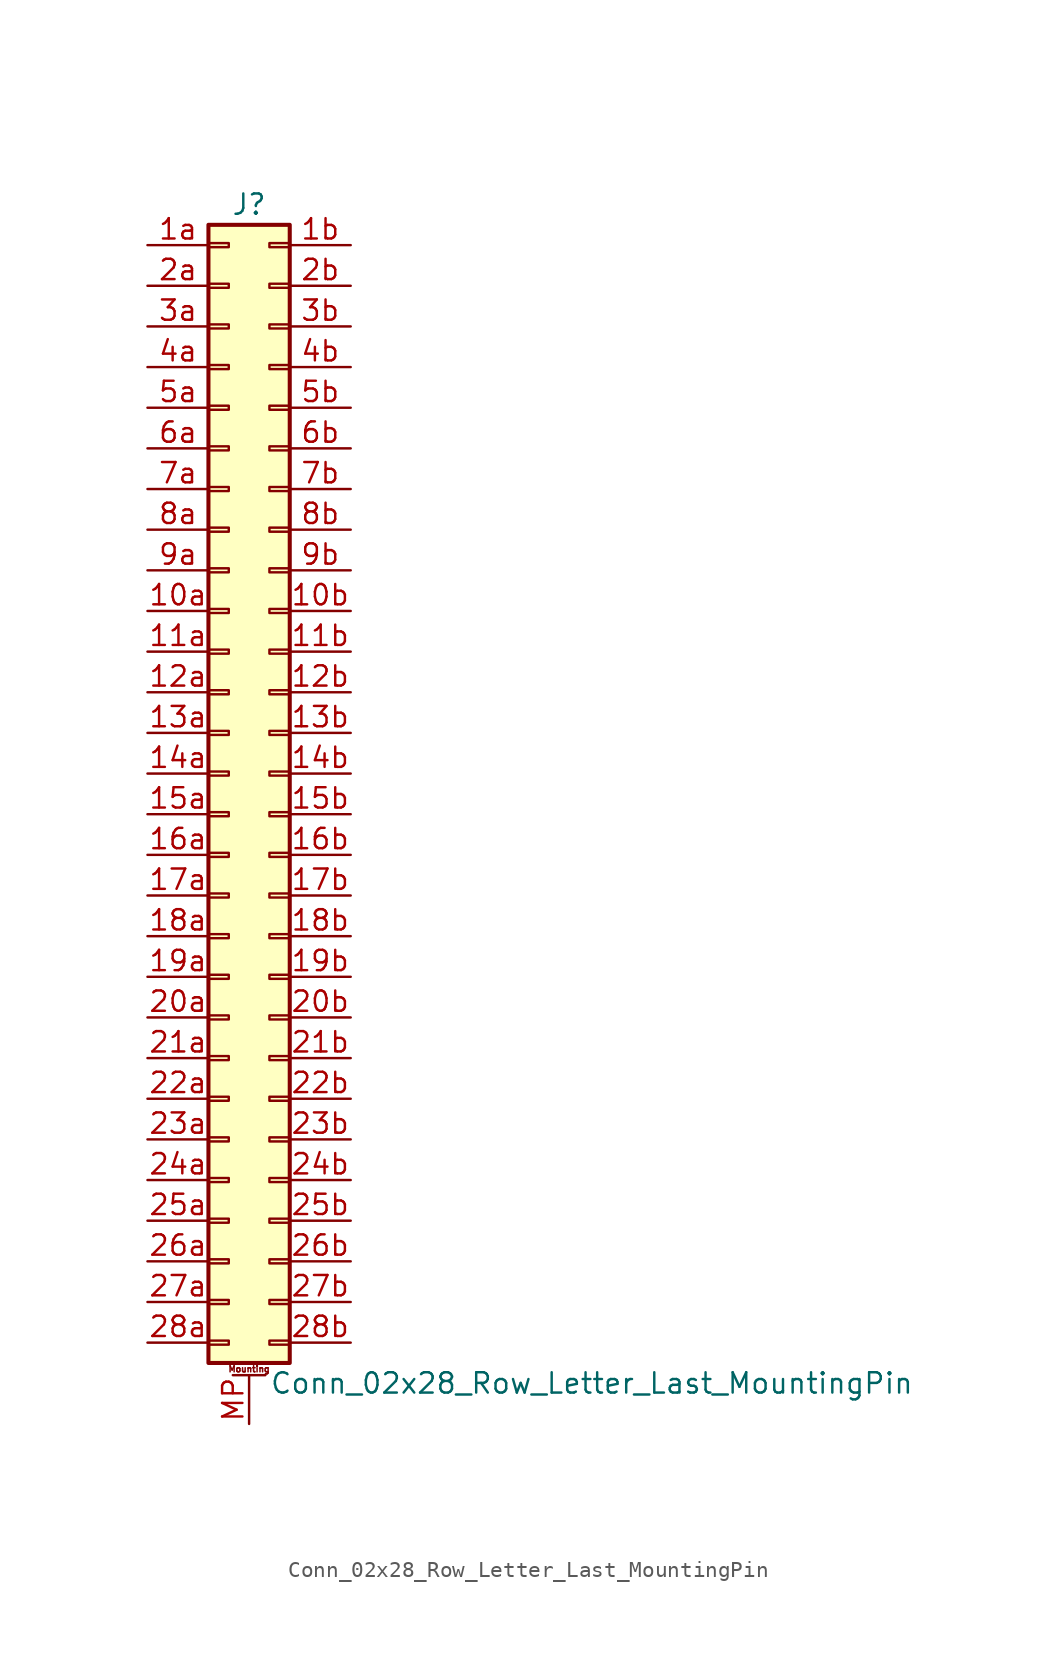
<source format=kicad_sym>
(kicad_symbol_lib
  (version 20201005)
  (generator kicad_symbol_editor)
  (symbol "Conn_02x28_Row_Letter_Last_MountingPin"
    (pin_names
      (offset 1.016) hide)
    (property "Reference" "J"
      (at 1.27 35.56 0)
      (effects (font (size 1.27 1.27))))
    (property "Value" "Conn_02x28_Row_Letter_Last_MountingPin"
      (at 2.54 -38.1 0)
      (effects (font (size 1.27 1.27)) (justify left)))
    (symbol "Conn_02x28_Row_Letter_Last_MountingPin_1_1"
      (text "Mounting" (at 1.27 -37.211 0) (effects (font (size 0.381 0.381))))
      (rectangle (start -1.27 -35.433) (end 0 -35.687) (stroke (width 0.152)) (fill (type none)))
      (rectangle (start -1.27 -32.893) (end 0 -33.147) (stroke (width 0.152)) (fill (type none)))
      (rectangle (start -1.27 -30.353) (end 0 -30.607) (stroke (width 0.152)) (fill (type none)))
      (rectangle (start -1.27 -27.813) (end 0 -28.067) (stroke (width 0.152)) (fill (type none)))
      (rectangle (start -1.27 -25.273) (end 0 -25.527) (stroke (width 0.152)) (fill (type none)))
      (rectangle (start -1.27 -22.733) (end 0 -22.987) (stroke (width 0.152)) (fill (type none)))
      (rectangle (start -1.27 -20.193) (end 0 -20.447) (stroke (width 0.152)) (fill (type none)))
      (rectangle (start -1.27 -17.653) (end 0 -17.907) (stroke (width 0.152)) (fill (type none)))
      (rectangle (start -1.27 -15.113) (end 0 -15.367) (stroke (width 0.152)) (fill (type none)))
      (rectangle (start -1.27 -12.573) (end 0 -12.827) (stroke (width 0.152)) (fill (type none)))
      (rectangle (start -1.27 -10.033) (end 0 -10.287) (stroke (width 0.152)) (fill (type none)))
      (rectangle (start -1.27 -7.493) (end 0 -7.747) (stroke (width 0.152)) (fill (type none)))
      (rectangle (start -1.27 -4.953) (end 0 -5.207) (stroke (width 0.152)) (fill (type none)))
      (rectangle (start -1.27 -2.413) (end 0 -2.667) (stroke (width 0.152)) (fill (type none)))
      (rectangle (start -1.27 0.127) (end 0 -0.127) (stroke (width 0.152)) (fill (type none)))
      (rectangle (start -1.27 2.667) (end 0 2.413) (stroke (width 0.152)) (fill (type none)))
      (rectangle (start -1.27 5.207) (end 0 4.953) (stroke (width 0.152)) (fill (type none)))
      (rectangle (start -1.27 7.747) (end 0 7.493) (stroke (width 0.152)) (fill (type none)))
      (rectangle (start -1.27 10.287) (end 0 10.033) (stroke (width 0.152)) (fill (type none)))
      (rectangle (start -1.27 12.827) (end 0 12.573) (stroke (width 0.152)) (fill (type none)))
      (rectangle (start -1.27 15.367) (end 0 15.113) (stroke (width 0.152)) (fill (type none)))
      (rectangle (start -1.27 17.907) (end 0 17.653) (stroke (width 0.152)) (fill (type none)))
      (rectangle (start -1.27 20.447) (end 0 20.193) (stroke (width 0.152)) (fill (type none)))
      (rectangle (start -1.27 22.987) (end 0 22.733) (stroke (width 0.152)) (fill (type none)))
      (rectangle (start -1.27 25.527) (end 0 25.273) (stroke (width 0.152)) (fill (type none)))
      (rectangle (start -1.27 28.067) (end 0 27.813) (stroke (width 0.152)) (fill (type none)))
      (rectangle (start -1.27 30.607) (end 0 30.353) (stroke (width 0.152)) (fill (type none)))
      (rectangle (start -1.27 33.147) (end 0 32.893) (stroke (width 0.152)) (fill (type none)))
      (rectangle (start -1.27 34.29) (end 3.81 -36.83) (stroke (width 0.254)) (fill (type background)))
      (rectangle (start 3.81 -35.433) (end 2.54 -35.687) (stroke (width 0.152)) (fill (type none)))
      (rectangle (start 3.81 -32.893) (end 2.54 -33.147) (stroke (width 0.152)) (fill (type none)))
      (rectangle (start 3.81 -30.353) (end 2.54 -30.607) (stroke (width 0.152)) (fill (type none)))
      (rectangle (start 3.81 -27.813) (end 2.54 -28.067) (stroke (width 0.152)) (fill (type none)))
      (rectangle (start 3.81 -25.273) (end 2.54 -25.527) (stroke (width 0.152)) (fill (type none)))
      (rectangle (start 3.81 -22.733) (end 2.54 -22.987) (stroke (width 0.152)) (fill (type none)))
      (rectangle (start 3.81 -20.193) (end 2.54 -20.447) (stroke (width 0.152)) (fill (type none)))
      (rectangle (start 3.81 -17.653) (end 2.54 -17.907) (stroke (width 0.152)) (fill (type none)))
      (rectangle (start 3.81 -15.113) (end 2.54 -15.367) (stroke (width 0.152)) (fill (type none)))
      (rectangle (start 3.81 -12.573) (end 2.54 -12.827) (stroke (width 0.152)) (fill (type none)))
      (rectangle (start 3.81 -10.033) (end 2.54 -10.287) (stroke (width 0.152)) (fill (type none)))
      (rectangle (start 3.81 -7.493) (end 2.54 -7.747) (stroke (width 0.152)) (fill (type none)))
      (rectangle (start 3.81 -4.953) (end 2.54 -5.207) (stroke (width 0.152)) (fill (type none)))
      (rectangle (start 3.81 -2.413) (end 2.54 -2.667) (stroke (width 0.152)) (fill (type none)))
      (rectangle (start 3.81 0.127) (end 2.54 -0.127) (stroke (width 0.152)) (fill (type none)))
      (rectangle (start 3.81 2.667) (end 2.54 2.413) (stroke (width 0.152)) (fill (type none)))
      (rectangle (start 3.81 5.207) (end 2.54 4.953) (stroke (width 0.152)) (fill (type none)))
      (rectangle (start 3.81 7.747) (end 2.54 7.493) (stroke (width 0.152)) (fill (type none)))
      (rectangle (start 3.81 10.287) (end 2.54 10.033) (stroke (width 0.152)) (fill (type none)))
      (rectangle (start 3.81 12.827) (end 2.54 12.573) (stroke (width 0.152)) (fill (type none)))
      (rectangle (start 3.81 15.367) (end 2.54 15.113) (stroke (width 0.152)) (fill (type none)))
      (rectangle (start 3.81 17.907) (end 2.54 17.653) (stroke (width 0.152)) (fill (type none)))
      (rectangle (start 3.81 20.447) (end 2.54 20.193) (stroke (width 0.152)) (fill (type none)))
      (rectangle (start 3.81 22.987) (end 2.54 22.733) (stroke (width 0.152)) (fill (type none)))
      (rectangle (start 3.81 25.527) (end 2.54 25.273) (stroke (width 0.152)) (fill (type none)))
      (rectangle (start 3.81 28.067) (end 2.54 27.813) (stroke (width 0.152)) (fill (type none)))
      (rectangle (start 3.81 30.607) (end 2.54 30.353) (stroke (width 0.152)) (fill (type none)))
      (rectangle (start 3.81 33.147) (end 2.54 32.893) (stroke (width 0.152)) (fill (type none)))
      (polyline (pts (xy 0.254 -37.592) (xy 2.286 -37.592)) (stroke (width 0.152)) (fill (type none)))
      (pin passive line (at -5.08 10.16 0) (length 3.81) (name "Pin_10a" (effects (font (size 1.27 1.27)))) (number "10a" (effects (font (size 1.27 1.27)))))
      (pin passive line (at 7.62 10.16 180) (length 3.81) (name "Pin_10b" (effects (font (size 1.27 1.27)))) (number "10b" (effects (font (size 1.27 1.27)))))
      (pin passive line (at -5.08 7.62 0) (length 3.81) (name "Pin_11a" (effects (font (size 1.27 1.27)))) (number "11a" (effects (font (size 1.27 1.27)))))
      (pin passive line (at 7.62 7.62 180) (length 3.81) (name "Pin_11b" (effects (font (size 1.27 1.27)))) (number "11b" (effects (font (size 1.27 1.27)))))
      (pin passive line (at -5.08 5.08 0) (length 3.81) (name "Pin_12a" (effects (font (size 1.27 1.27)))) (number "12a" (effects (font (size 1.27 1.27)))))
      (pin passive line (at 7.62 5.08 180) (length 3.81) (name "Pin_12b" (effects (font (size 1.27 1.27)))) (number "12b" (effects (font (size 1.27 1.27)))))
      (pin passive line (at -5.08 2.54 0) (length 3.81) (name "Pin_13a" (effects (font (size 1.27 1.27)))) (number "13a" (effects (font (size 1.27 1.27)))))
      (pin passive line (at 7.62 2.54 180) (length 3.81) (name "Pin_13b" (effects (font (size 1.27 1.27)))) (number "13b" (effects (font (size 1.27 1.27)))))
      (pin passive line (at -5.08 0 0) (length 3.81) (name "Pin_14a" (effects (font (size 1.27 1.27)))) (number "14a" (effects (font (size 1.27 1.27)))))
      (pin passive line (at 7.62 0 180) (length 3.81) (name "Pin_14b" (effects (font (size 1.27 1.27)))) (number "14b" (effects (font (size 1.27 1.27)))))
      (pin passive line (at -5.08 -2.54 0) (length 3.81) (name "Pin_15a" (effects (font (size 1.27 1.27)))) (number "15a" (effects (font (size 1.27 1.27)))))
      (pin passive line (at 7.62 -2.54 180) (length 3.81) (name "Pin_15b" (effects (font (size 1.27 1.27)))) (number "15b" (effects (font (size 1.27 1.27)))))
      (pin passive line (at -5.08 -5.08 0) (length 3.81) (name "Pin_16a" (effects (font (size 1.27 1.27)))) (number "16a" (effects (font (size 1.27 1.27)))))
      (pin passive line (at 7.62 -5.08 180) (length 3.81) (name "Pin_16b" (effects (font (size 1.27 1.27)))) (number "16b" (effects (font (size 1.27 1.27)))))
      (pin passive line (at -5.08 -7.62 0) (length 3.81) (name "Pin_17a" (effects (font (size 1.27 1.27)))) (number "17a" (effects (font (size 1.27 1.27)))))
      (pin passive line (at 7.62 -7.62 180) (length 3.81) (name "Pin_17b" (effects (font (size 1.27 1.27)))) (number "17b" (effects (font (size 1.27 1.27)))))
      (pin passive line (at -5.08 -10.16 0) (length 3.81) (name "Pin_18a" (effects (font (size 1.27 1.27)))) (number "18a" (effects (font (size 1.27 1.27)))))
      (pin passive line (at 7.62 -10.16 180) (length 3.81) (name "Pin_18b" (effects (font (size 1.27 1.27)))) (number "18b" (effects (font (size 1.27 1.27)))))
      (pin passive line (at -5.08 -12.7 0) (length 3.81) (name "Pin_19a" (effects (font (size 1.27 1.27)))) (number "19a" (effects (font (size 1.27 1.27)))))
      (pin passive line (at 7.62 -12.7 180) (length 3.81) (name "Pin_19b" (effects (font (size 1.27 1.27)))) (number "19b" (effects (font (size 1.27 1.27)))))
      (pin passive line (at -5.08 33.02 0) (length 3.81) (name "Pin_1a" (effects (font (size 1.27 1.27)))) (number "1a" (effects (font (size 1.27 1.27)))))
      (pin passive line (at 7.62 33.02 180) (length 3.81) (name "Pin_1b" (effects (font (size 1.27 1.27)))) (number "1b" (effects (font (size 1.27 1.27)))))
      (pin passive line (at -5.08 -15.24 0) (length 3.81) (name "Pin_20a" (effects (font (size 1.27 1.27)))) (number "20a" (effects (font (size 1.27 1.27)))))
      (pin passive line (at 7.62 -15.24 180) (length 3.81) (name "Pin_20b" (effects (font (size 1.27 1.27)))) (number "20b" (effects (font (size 1.27 1.27)))))
      (pin passive line (at -5.08 -17.78 0) (length 3.81) (name "Pin_21a" (effects (font (size 1.27 1.27)))) (number "21a" (effects (font (size 1.27 1.27)))))
      (pin passive line (at 7.62 -17.78 180) (length 3.81) (name "Pin_21b" (effects (font (size 1.27 1.27)))) (number "21b" (effects (font (size 1.27 1.27)))))
      (pin passive line (at -5.08 -20.32 0) (length 3.81) (name "Pin_22a" (effects (font (size 1.27 1.27)))) (number "22a" (effects (font (size 1.27 1.27)))))
      (pin passive line (at 7.62 -20.32 180) (length 3.81) (name "Pin_22b" (effects (font (size 1.27 1.27)))) (number "22b" (effects (font (size 1.27 1.27)))))
      (pin passive line (at -5.08 -22.86 0) (length 3.81) (name "Pin_23a" (effects (font (size 1.27 1.27)))) (number "23a" (effects (font (size 1.27 1.27)))))
      (pin passive line (at 7.62 -22.86 180) (length 3.81) (name "Pin_23b" (effects (font (size 1.27 1.27)))) (number "23b" (effects (font (size 1.27 1.27)))))
      (pin passive line (at -5.08 -25.4 0) (length 3.81) (name "Pin_24a" (effects (font (size 1.27 1.27)))) (number "24a" (effects (font (size 1.27 1.27)))))
      (pin passive line (at 7.62 -25.4 180) (length 3.81) (name "Pin_24b" (effects (font (size 1.27 1.27)))) (number "24b" (effects (font (size 1.27 1.27)))))
      (pin passive line (at -5.08 -27.94 0) (length 3.81) (name "Pin_25a" (effects (font (size 1.27 1.27)))) (number "25a" (effects (font (size 1.27 1.27)))))
      (pin passive line (at 7.62 -27.94 180) (length 3.81) (name "Pin_25b" (effects (font (size 1.27 1.27)))) (number "25b" (effects (font (size 1.27 1.27)))))
      (pin passive line (at -5.08 -30.48 0) (length 3.81) (name "Pin_26a" (effects (font (size 1.27 1.27)))) (number "26a" (effects (font (size 1.27 1.27)))))
      (pin passive line (at 7.62 -30.48 180) (length 3.81) (name "Pin_26b" (effects (font (size 1.27 1.27)))) (number "26b" (effects (font (size 1.27 1.27)))))
      (pin passive line (at -5.08 -33.02 0) (length 3.81) (name "Pin_27a" (effects (font (size 1.27 1.27)))) (number "27a" (effects (font (size 1.27 1.27)))))
      (pin passive line (at 7.62 -33.02 180) (length 3.81) (name "Pin_27b" (effects (font (size 1.27 1.27)))) (number "27b" (effects (font (size 1.27 1.27)))))
      (pin passive line (at -5.08 -35.56 0) (length 3.81) (name "Pin_28a" (effects (font (size 1.27 1.27)))) (number "28a" (effects (font (size 1.27 1.27)))))
      (pin passive line (at 7.62 -35.56 180) (length 3.81) (name "Pin_28b" (effects (font (size 1.27 1.27)))) (number "28b" (effects (font (size 1.27 1.27)))))
      (pin passive line (at -5.08 30.48 0) (length 3.81) (name "Pin_2a" (effects (font (size 1.27 1.27)))) (number "2a" (effects (font (size 1.27 1.27)))))
      (pin passive line (at 7.62 30.48 180) (length 3.81) (name "Pin_2b" (effects (font (size 1.27 1.27)))) (number "2b" (effects (font (size 1.27 1.27)))))
      (pin passive line (at -5.08 27.94 0) (length 3.81) (name "Pin_3a" (effects (font (size 1.27 1.27)))) (number "3a" (effects (font (size 1.27 1.27)))))
      (pin passive line (at 7.62 27.94 180) (length 3.81) (name "Pin_3b" (effects (font (size 1.27 1.27)))) (number "3b" (effects (font (size 1.27 1.27)))))
      (pin passive line (at -5.08 25.4 0) (length 3.81) (name "Pin_4a" (effects (font (size 1.27 1.27)))) (number "4a" (effects (font (size 1.27 1.27)))))
      (pin passive line (at 7.62 25.4 180) (length 3.81) (name "Pin_4b" (effects (font (size 1.27 1.27)))) (number "4b" (effects (font (size 1.27 1.27)))))
      (pin passive line (at -5.08 22.86 0) (length 3.81) (name "Pin_5a" (effects (font (size 1.27 1.27)))) (number "5a" (effects (font (size 1.27 1.27)))))
      (pin passive line (at 7.62 22.86 180) (length 3.81) (name "Pin_5b" (effects (font (size 1.27 1.27)))) (number "5b" (effects (font (size 1.27 1.27)))))
      (pin passive line (at -5.08 20.32 0) (length 3.81) (name "Pin_6a" (effects (font (size 1.27 1.27)))) (number "6a" (effects (font (size 1.27 1.27)))))
      (pin passive line (at 7.62 20.32 180) (length 3.81) (name "Pin_6b" (effects (font (size 1.27 1.27)))) (number "6b" (effects (font (size 1.27 1.27)))))
      (pin passive line (at -5.08 17.78 0) (length 3.81) (name "Pin_7a" (effects (font (size 1.27 1.27)))) (number "7a" (effects (font (size 1.27 1.27)))))
      (pin passive line (at 7.62 17.78 180) (length 3.81) (name "Pin_7b" (effects (font (size 1.27 1.27)))) (number "7b" (effects (font (size 1.27 1.27)))))
      (pin passive line (at -5.08 15.24 0) (length 3.81) (name "Pin_8a" (effects (font (size 1.27 1.27)))) (number "8a" (effects (font (size 1.27 1.27)))))
      (pin passive line (at 7.62 15.24 180) (length 3.81) (name "Pin_8b" (effects (font (size 1.27 1.27)))) (number "8b" (effects (font (size 1.27 1.27)))))
      (pin passive line (at -5.08 12.7 0) (length 3.81) (name "Pin_9a" (effects (font (size 1.27 1.27)))) (number "9a" (effects (font (size 1.27 1.27)))))
      (pin passive line (at 7.62 12.7 180) (length 3.81) (name "Pin_9b" (effects (font (size 1.27 1.27)))) (number "9b" (effects (font (size 1.27 1.27)))))
      (pin passive line (at 1.27 -40.64 90) (length 3.048) (name "MountPin" (effects (font (size 1.27 1.27)))) (number "MP" (effects (font (size 1.27 1.27))))))))
</source>
